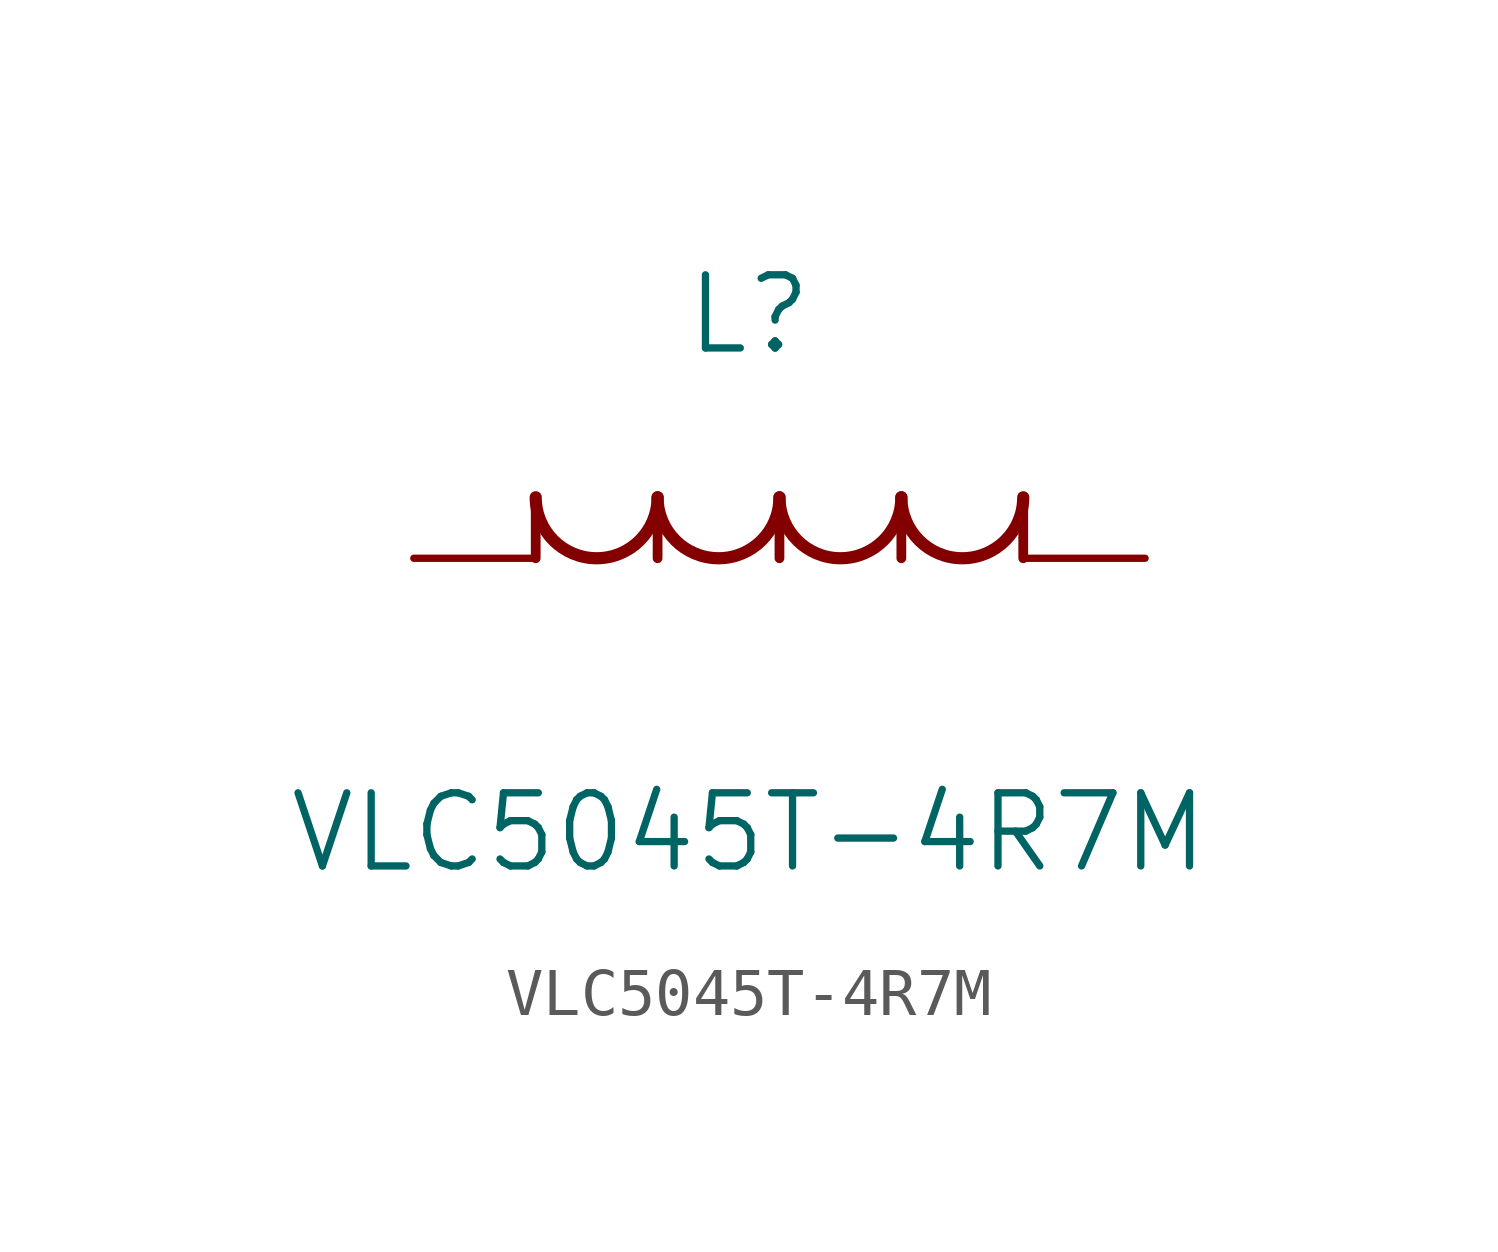
<source format=kicad_sym>
(kicad_symbol_lib
  (version 20211014)
  (generator kicad_symbol_editor)
  (symbol "VLC5045T-4R7M"
    (pin_numbers hide)
    (pin_names
      (offset 1.651) hide)
    (property "Reference" "L"
      (at 6.985 5.08 0)
      (effects (font (size 1.524 1.524))))
    (property "Value" "VLC5045T-4R7M"
      (at 6.985 -5.715 0)
      (effects (font (size 1.524 1.524))))
    (property "Datasheet" ""
      (at 0 0 0)
      (effects (font (size 1.524 1.524))))
    (property "ki_locked" ""
      (at 0 0 0)
      (effects (font (size 1.27 1.27))))
    (symbol "VLC5045T-4R7M_1_1"
      (polyline (pts (xy 2.54 0) (xy 2.54 1.27)) (stroke (width 0.203) (type default) (color 0 0 0 0)) (fill (type none)))
      (polyline (pts (xy 5.08 0) (xy 5.08 1.27)) (stroke (width 0.203) (type default) (color 0 0 0 0)) (fill (type none)))
      (polyline (pts (xy 7.62 0) (xy 7.62 1.27)) (stroke (width 0.203) (type default) (color 0 0 0 0)) (fill (type none)))
      (polyline (pts (xy 10.16 0) (xy 10.16 1.27)) (stroke (width 0.203) (type default) (color 0 0 0 0)) (fill (type none)))
      (polyline (pts (xy 12.7 0) (xy 12.7 1.27)) (stroke (width 0.203) (type default) (color 0 0 0 0)) (fill (type none)))
      (arc (start 2.54 1.27) (mid 3.81 0) (end 5.08 1.27) (stroke (width 0.254) (type default) (color 0 0 0 0)) (fill (type none)))
      (arc (start 5.08 1.27) (mid 6.35 0) (end 7.62 1.27) (stroke (width 0.254) (type default) (color 0 0 0 0)) (fill (type none)))
      (arc (start 7.62 1.27) (mid 8.89 0) (end 10.16 1.27) (stroke (width 0.254) (type default) (color 0 0 0 0)) (fill (type none)))
      (arc (start 10.16 1.27) (mid 11.43 0) (end 12.7 1.27) (stroke (width 0.254) (type default) (color 0 0 0 0)) (fill (type none)))
      (pin unspecified line (at 15.24 0 180) (length 2.54) (name "1" (effects (font (size 1.499 1.499)))) (number "1" (effects (font (size 1.499 1.499)))))
      (pin unspecified line (at 0 0 0) (length 2.54) (name "2" (effects (font (size 1.499 1.499)))) (number "2" (effects (font (size 1.499 1.499))))))))
</source>
